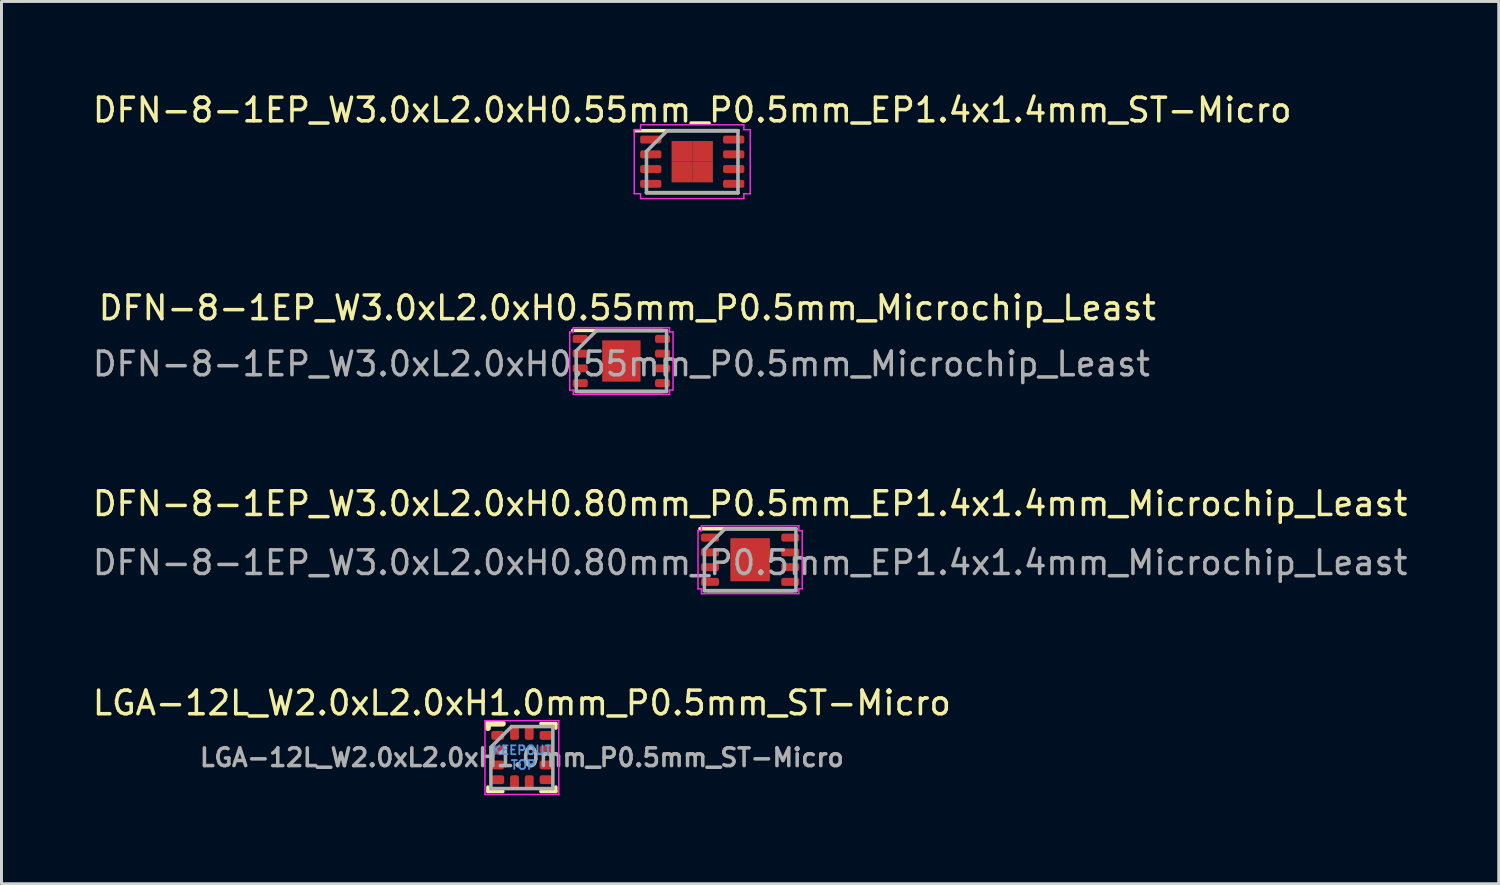
<source format=kicad_pcb>
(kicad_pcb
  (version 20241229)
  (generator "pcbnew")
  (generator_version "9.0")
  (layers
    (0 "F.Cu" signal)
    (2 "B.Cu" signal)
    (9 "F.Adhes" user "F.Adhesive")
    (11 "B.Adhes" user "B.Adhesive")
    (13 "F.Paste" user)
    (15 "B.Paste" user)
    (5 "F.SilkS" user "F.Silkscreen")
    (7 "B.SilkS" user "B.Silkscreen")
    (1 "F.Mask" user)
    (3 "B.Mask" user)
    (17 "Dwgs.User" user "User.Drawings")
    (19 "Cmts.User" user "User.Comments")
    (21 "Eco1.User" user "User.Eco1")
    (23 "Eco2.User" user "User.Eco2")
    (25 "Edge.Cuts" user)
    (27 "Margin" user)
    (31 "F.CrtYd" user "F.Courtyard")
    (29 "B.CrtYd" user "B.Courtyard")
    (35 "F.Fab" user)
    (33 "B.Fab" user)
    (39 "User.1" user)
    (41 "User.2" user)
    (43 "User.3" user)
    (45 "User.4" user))
  (footprint "DFN-8-1EP_W3.0xL2.0xH0.80mm_P0.5mm_EP1.4x1.4mm_Microchip_Least"
    (layer "F.Cu")
    (at 22.367 15.916)
    (property "Reference" "DFN-8-1EP_W3.0xL2.0xH0.80mm_P0.5mm_EP1.4x1.4mm_Microchip_Least" (at 0 -1.9 0) (layer "F.SilkS") (effects (font (size 0.8 0.8) (thickness 0.12))))
    (attr smd)
    (fp_line (start -1.7 -1.05) (end 1.45 -1.05) (stroke (width 0.12) (type solid)) (layer "F.SilkS"))
    (fp_line (start -1.45 1.05) (end 1.45 1.05) (stroke (width 0.12) (type solid)) (layer "F.SilkS"))
    (fp_line (start -1.765 -0.985) (end -1.765 0.985) (stroke (width 0.05) (type solid)) (layer "F.CrtYd"))
    (fp_line (start -1.765 0.985) (end -1.65 0.985) (stroke (width 0.05) (type solid)) (layer "F.CrtYd"))
    (fp_line (start -1.65 -1.15) (end -1.65 -0.985) (stroke (width 0.05) (type solid)) (layer "F.CrtYd"))
    (fp_line (start -1.65 -0.985) (end -1.765 -0.985) (stroke (width 0.05) (type solid)) (layer "F.CrtYd"))
    (fp_line (start -1.65 0.985) (end -1.65 1.15) (stroke (width 0.05) (type solid)) (layer "F.CrtYd"))
    (fp_line (start -1.65 1.15) (end 1.65 1.15) (stroke (width 0.05) (type solid)) (layer "F.CrtYd"))
    (fp_line (start 1.65 -1.15) (end -1.65 -1.15) (stroke (width 0.05) (type solid)) (layer "F.CrtYd"))
    (fp_line (start 1.65 -0.985) (end 1.65 -1.15) (stroke (width 0.05) (type solid)) (layer "F.CrtYd"))
    (fp_line (start 1.65 0.985) (end 1.765 0.985) (stroke (width 0.05) (type solid)) (layer "F.CrtYd"))
    (fp_line (start 1.65 1.15) (end 1.65 0.985) (stroke (width 0.05) (type solid)) (layer "F.CrtYd"))
    (fp_line (start 1.765 -0.985) (end 1.65 -0.985) (stroke (width 0.05) (type solid)) (layer "F.CrtYd"))
    (fp_line (start 1.765 0.985) (end 1.765 -0.985) (stroke (width 0.05) (type solid)) (layer "F.CrtYd"))
    (fp_line (start -1.55 -0.35) (end -0.85 -1.05) (stroke (width 0.12) (type solid)) (layer "F.Fab"))
    (fp_line (start -1.55 1.05) (end -1.55 -0.35) (stroke (width 0.12) (type solid)) (layer "F.Fab"))
    (fp_line (start -0.85 -1.05) (end 1.55 -1.05) (stroke (width 0.12) (type solid)) (layer "F.Fab"))
    (fp_line (start 1.55 -1.05) (end 1.55 1.05) (stroke (width 0.12) (type solid)) (layer "F.Fab"))
    (fp_line (start 1.55 1.05) (end -1.55 1.05) (stroke (width 0.12) (type solid)) (layer "F.Fab"))
    (fp_text user "${REFERENCE}" (at 0 0.1 0) (layer "F.Fab") (effects (font (size 0.8 0.8) (thickness 0.12))))
    (pad "1" smd roundrect (at -1.36 -0.75) (size 0.61 0.27) (layers "F.Cu" "F.Mask" "F.Paste") (roundrect_rratio 0.259))
    (pad "2" smd roundrect (at -1.36 -0.25) (size 0.61 0.27) (layers "F.Cu" "F.Mask" "F.Paste") (roundrect_rratio 0.259))
    (pad "3" smd roundrect (at -1.36 0.25) (size 0.61 0.27) (layers "F.Cu" "F.Mask" "F.Paste") (roundrect_rratio 0.259))
    (pad "4" smd roundrect (at -1.36 0.75) (size 0.61 0.27) (layers "F.Cu" "F.Mask" "F.Paste") (roundrect_rratio 0.259))
    (pad "5" smd roundrect (at 1.36 0.75) (size 0.61 0.27) (layers "F.Cu" "F.Mask" "F.Paste") (roundrect_rratio 0.259))
    (pad "6" smd roundrect (at 1.36 0.25) (size 0.61 0.27) (layers "F.Cu" "F.Mask" "F.Paste") (roundrect_rratio 0.259))
    (pad "7" smd roundrect (at 1.36 -0.25) (size 0.61 0.27) (layers "F.Cu" "F.Mask" "F.Paste") (roundrect_rratio 0.259))
    (pad "8" smd roundrect (at 1.36 -0.75) (size 0.61 0.27) (layers "F.Cu" "F.Mask" "F.Paste") (roundrect_rratio 0.259))
    (pad "9" smd rect (at 0 0) (size 1.34 1.46) (layers "F.Cu" "F.Mask" "F.Paste")))
  (footprint "DFN-8-1EP_W3.0xL2.0xH0.55mm_P0.5mm_EP1.4x1.4mm_ST-Micro"
    (layer "F.Cu")
    (at 20.405 2.429)
    (property "Reference" "DFN-8-1EP_W3.0xL2.0xH0.55mm_P0.5mm_EP1.4x1.4mm_ST-Micro" (at 0 -1.75 0) (layer "F.SilkS") (effects (font (size 0.8 0.8) (thickness 0.12))))
    (attr smd)
    (fp_line (start -1.93 -1.05) (end 1.55 -1.05) (stroke (width 0.12) (type solid)) (layer "F.SilkS"))
    (fp_line (start -1.55 1.05) (end 1.55 1.05) (stroke (width 0.12) (type solid)) (layer "F.SilkS"))
    (fp_line (start -1.965 -1.085) (end -1.965 1.085) (stroke (width 0.05) (type solid)) (layer "F.CrtYd"))
    (fp_line (start -1.965 1.085) (end -1.75 1.085) (stroke (width 0.05) (type solid)) (layer "F.CrtYd"))
    (fp_line (start -1.75 -1.25) (end -1.75 -1.085) (stroke (width 0.05) (type solid)) (layer "F.CrtYd"))
    (fp_line (start -1.75 -1.085) (end -1.965 -1.085) (stroke (width 0.05) (type solid)) (layer "F.CrtYd"))
    (fp_line (start -1.75 1.085) (end -1.75 1.25) (stroke (width 0.05) (type solid)) (layer "F.CrtYd"))
    (fp_line (start -1.75 1.25) (end 1.75 1.25) (stroke (width 0.05) (type solid)) (layer "F.CrtYd"))
    (fp_line (start 1.75 -1.25) (end -1.75 -1.25) (stroke (width 0.05) (type solid)) (layer "F.CrtYd"))
    (fp_line (start 1.75 -1.085) (end 1.75 -1.25) (stroke (width 0.05) (type solid)) (layer "F.CrtYd"))
    (fp_line (start 1.75 1.085) (end 1.965 1.085) (stroke (width 0.05) (type solid)) (layer "F.CrtYd"))
    (fp_line (start 1.75 1.25) (end 1.75 1.085) (stroke (width 0.05) (type solid)) (layer "F.CrtYd"))
    (fp_line (start 1.965 -1.085) (end 1.75 -1.085) (stroke (width 0.05) (type solid)) (layer "F.CrtYd"))
    (fp_line (start 1.965 1.085) (end 1.965 -1.085) (stroke (width 0.05) (type solid)) (layer "F.CrtYd"))
    (fp_line (start -1.55 -0.35) (end -0.85 -1.05) (stroke (width 0.12) (type solid)) (layer "F.Fab"))
    (fp_line (start -1.55 1.05) (end -1.55 -0.35) (stroke (width 0.12) (type solid)) (layer "F.Fab"))
    (fp_line (start -0.85 -1.05) (end 1.55 -1.05) (stroke (width 0.12) (type solid)) (layer "F.Fab"))
    (fp_line (start 1.55 -1.05) (end 1.55 1.05) (stroke (width 0.12) (type solid)) (layer "F.Fab"))
    (fp_line (start 1.55 1.05) (end -1.55 1.05) (stroke (width 0.12) (type solid)) (layer "F.Fab"))
    (pad "" smd roundrect (at -0.35 -0.35) (size 0.542 0.542) (layers "F.Paste") (roundrect_rratio 0.15))
    (pad "" smd roundrect (at -0.35 0.35) (size 0.542 0.542) (layers "F.Paste") (roundrect_rratio 0.15))
    (pad "" smd roundrect (at 0.35 -0.35) (size 0.542 0.542) (layers "F.Paste") (roundrect_rratio 0.15))
    (pad "" smd roundrect (at 0.35 0.35) (size 0.542 0.542) (layers "F.Paste") (roundrect_rratio 0.15))
    (pad "1" smd roundrect (at -1.405 -0.75) (size 0.72 0.27) (layers "F.Cu" "F.Mask" "F.Paste") (roundrect_rratio 0.252))
    (pad "2" smd roundrect (at -1.405 -0.25) (size 0.72 0.27) (layers "F.Cu" "F.Mask" "F.Paste") (roundrect_rratio 0.252))
    (pad "3" smd roundrect (at -1.405 0.25) (size 0.72 0.27) (layers "F.Cu" "F.Mask" "F.Paste") (roundrect_rratio 0.252))
    (pad "4" smd roundrect (at -1.405 0.75) (size 0.72 0.27) (layers "F.Cu" "F.Mask" "F.Paste") (roundrect_rratio 0.252))
    (pad "5" smd roundrect (at 1.405 0.75) (size 0.72 0.27) (layers "F.Cu" "F.Mask" "F.Paste") (roundrect_rratio 0.252))
    (pad "6" smd roundrect (at 1.405 0.25) (size 0.72 0.27) (layers "F.Cu" "F.Mask" "F.Paste") (roundrect_rratio 0.252))
    (pad "7" smd roundrect (at 1.405 -0.25) (size 0.72 0.27) (layers "F.Cu" "F.Mask" "F.Paste") (roundrect_rratio 0.252))
    (pad "8" smd roundrect (at 1.405 -0.75) (size 0.72 0.27) (layers "F.Cu" "F.Mask" "F.Paste") (roundrect_rratio 0.252))
    (pad "9" smd rect (at -0.35 -0.35) (size 0.7 0.7) (layers "F.Cu" "F.Mask" "F.Paste"))
    (pad "9" smd rect (at -0.35 0.35) (size 0.7 0.7) (layers "F.Cu" "F.Mask" "F.Paste"))
    (pad "9" smd rect (at 0.35 -0.35) (size 0.7 0.7) (layers "F.Cu" "F.Mask" "F.Paste"))
    (pad "9" smd rect (at 0.35 0.35) (size 0.7 0.7) (layers "F.Cu" "F.Mask" "F.Paste")))
  (footprint "LGA-12L_W2.0xL2.0xH1.0mm_P0.5mm_ST-Micro"
    (layer "F.Cu")
    (at 14.633 22.619)
    (property "Reference" "LGA-12L_W2.0xL2.0xH1.0mm_P0.5mm_ST-Micro" (at 0 -1.85 0) (layer "F.SilkS") (effects (font (size 0.8 0.8) (thickness 0.12))))
    (attr smd)
    (fp_poly (pts (xy -1.1 -0.9) (xy -1.1 -0.6) (xy -0.95 -0.6) (xy -0.95 -0.9)) (stroke (width 0.1) (type solid)) (fill yes) (layer "F.Mask"))
    (fp_poly (pts (xy -1.1 -0.4) (xy -1.1 -0.1) (xy -0.95 -0.1) (xy -0.95 -0.4)) (stroke (width 0.1) (type solid)) (fill yes) (layer "F.Mask"))
    (fp_poly (pts (xy -1.1 0.1) (xy -1.1 0.4) (xy -0.95 0.4) (xy -0.95 0.1)) (stroke (width 0.1) (type solid)) (fill yes) (layer "F.Mask"))
    (fp_poly (pts (xy -1.1 0.6) (xy -1.1 0.9) (xy -0.95 0.9) (xy -0.95 0.6)) (stroke (width 0.1) (type solid)) (fill yes) (layer "F.Mask"))
    (fp_poly (pts (xy -0.4 1.1) (xy -0.1 1.1) (xy -0.1 0.95) (xy -0.4 0.95)) (stroke (width 0.1) (type solid)) (fill yes) (layer "F.Mask"))
    (fp_poly (pts (xy -0.1 -1.1) (xy -0.4 -1.1) (xy -0.4 -0.95) (xy -0.1 -0.95)) (stroke (width 0.1) (type solid)) (fill yes) (layer "F.Mask"))
    (fp_poly (pts (xy 0.1 1.1) (xy 0.4 1.1) (xy 0.4 0.95) (xy 0.1 0.95)) (stroke (width 0.1) (type solid)) (fill yes) (layer "F.Mask"))
    (fp_poly (pts (xy 0.4 -1.1) (xy 0.1 -1.1) (xy 0.1 -0.95) (xy 0.4 -0.95)) (stroke (width 0.1) (type solid)) (fill yes) (layer "F.Mask"))
    (fp_poly (pts (xy 0.95 -0.9) (xy 0.95 -0.6) (xy 1.1 -0.6) (xy 1.1 -0.9)) (stroke (width 0.1) (type solid)) (fill yes) (layer "F.Mask"))
    (fp_poly (pts (xy 0.95 -0.4) (xy 0.95 -0.1) (xy 1.1 -0.1) (xy 1.1 -0.4)) (stroke (width 0.1) (type solid)) (fill yes) (layer "F.Mask"))
    (fp_poly (pts (xy 0.95 0.1) (xy 0.95 0.4) (xy 1.1 0.4) (xy 1.1 0.1)) (stroke (width 0.1) (type solid)) (fill yes) (layer "F.Mask"))
    (fp_poly (pts (xy 0.95 0.6) (xy 0.95 0.9) (xy 1.1 0.9) (xy 1.1 0.6)) (stroke (width 0.1) (type solid)) (fill yes) (layer "F.Mask"))
    (fp_line (start -1.15 -1.15) (end -0.645 -1.15) (stroke (width 0.2) (type solid)) (layer "F.SilkS"))
    (fp_line (start -1.15 -1) (end -1.15 -1.15) (stroke (width 0.2) (type solid)) (layer "F.SilkS"))
    (fp_line (start -1.15 1.15) (end -1.15 1) (stroke (width 0.12) (type solid)) (layer "F.SilkS"))
    (fp_line (start -1.15 1.15) (end -0.645 1.15) (stroke (width 0.12) (type solid)) (layer "F.SilkS"))
    (fp_line (start 1.15 -1.15) (end 0.645 -1.15) (stroke (width 0.12) (type solid)) (layer "F.SilkS"))
    (fp_line (start 1.15 -1.15) (end 1.15 -1) (stroke (width 0.12) (type solid)) (layer "F.SilkS"))
    (fp_line (start 1.15 1) (end 1.15 1.15) (stroke (width 0.12) (type solid)) (layer "F.SilkS"))
    (fp_line (start 1.15 1.15) (end 0.645 1.15) (stroke (width 0.12) (type solid)) (layer "F.SilkS"))
    (fp_line (start -1.25 -1.25) (end -1.25 1.25) (stroke (width 0.05) (type solid)) (layer "F.CrtYd"))
    (fp_line (start -1.25 1.25) (end 1.25 1.25) (stroke (width 0.05) (type solid)) (layer "F.CrtYd"))
    (fp_line (start 1.25 -1.25) (end -1.25 -1.25) (stroke (width 0.05) (type solid)) (layer "F.CrtYd"))
    (fp_line (start 1.25 1.25) (end 1.25 -1.25) (stroke (width 0.05) (type solid)) (layer "F.CrtYd"))
    (fp_line (start -1.05 -0.35) (end -1.05 1.05) (stroke (width 0.12) (type solid)) (layer "F.Fab"))
    (fp_line (start -1.05 1.05) (end 1.05 1.05) (stroke (width 0.12) (type solid)) (layer "F.Fab"))
    (fp_line (start -0.35 -1.05) (end -1.05 -0.35) (stroke (width 0.12) (type solid)) (layer "F.Fab"))
    (fp_line (start 1.05 -1.05) (end -0.35 -1.05) (stroke (width 0.12) (type solid)) (layer "F.Fab"))
    (fp_line (start 1.05 1.05) (end 1.05 -1.05) (stroke (width 0.12) (type solid)) (layer "F.Fab"))
    (fp_text user "TOP" (at 0.05 0.25 0) (layer "Cmts.User") (effects (font (size 0.3 0.3) (thickness 0.06))))
    (fp_text user "KEEPOUT" (at 0 -0.25 0) (layer "Cmts.User") (effects (font (size 0.3 0.3) (thickness 0.06) (bold yes))))
    (fp_text user "${REFERENCE}" (at 0 0 0) (layer "F.Fab") (effects (font (size 0.6 0.6) (thickness 0.12))))
    (pad "1" smd roundrect (at -0.819 -0.75) (size 0.438 0.3) (layers "F.Cu" "F.Mask" "F.Paste") (roundrect_rratio 0.25))
    (pad "2" smd roundrect (at -0.819 -0.25) (size 0.438 0.3) (layers "F.Cu" "F.Mask" "F.Paste") (roundrect_rratio 0.25))
    (pad "3" smd roundrect (at -0.819 0.25) (size 0.438 0.3) (layers "F.Cu" "F.Mask" "F.Paste") (roundrect_rratio 0.25))
    (pad "4" smd roundrect (at -0.819 0.75) (size 0.438 0.3) (layers "F.Cu" "F.Mask" "F.Paste") (roundrect_rratio 0.25))
    (pad "5" smd roundrect (at -0.25 0.819 90) (size 0.438 0.3) (layers "F.Cu" "F.Mask" "F.Paste") (roundrect_rratio 0.25))
    (pad "6" smd roundrect (at 0.25 0.819 90) (size 0.438 0.3) (layers "F.Cu" "F.Mask" "F.Paste") (roundrect_rratio 0.25))
    (pad "7" smd roundrect (at 0.819 0.75) (size 0.438 0.3) (layers "F.Cu" "F.Mask" "F.Paste") (roundrect_rratio 0.25))
    (pad "8" smd roundrect (at 0.819 0.25) (size 0.438 0.3) (layers "F.Cu" "F.Mask" "F.Paste") (roundrect_rratio 0.25))
    (pad "9" smd roundrect (at 0.819 -0.25) (size 0.438 0.3) (layers "F.Cu" "F.Mask" "F.Paste") (roundrect_rratio 0.25))
    (pad "10" smd roundrect (at 0.819 -0.75) (size 0.438 0.3) (layers "F.Cu" "F.Mask" "F.Paste") (roundrect_rratio 0.25))
    (pad "11" smd roundrect (at 0.25 -0.819 90) (size 0.438 0.3) (layers "F.Cu" "F.Mask" "F.Paste") (roundrect_rratio 0.25))
    (pad "12" smd roundrect (at -0.25 -0.819 90) (size 0.438 0.3) (layers "F.Cu" "F.Mask" "F.Paste") (roundrect_rratio 0.25))
    (zone (net_name "") (layer "F.Cu") (hatch edge 0.508) (connect_pads) (min_thickness 0.254) (filled_areas_thickness no) (keepout (tracks allowed) (vias not_allowed) (pads allowed) (copperpour not_allowed) (footprints allowed)) (placement (enabled no)) (fill) (polygon (pts (xy 15.683 23.669) (xy 13.583 23.669) (xy 13.583 21.569) (xy 15.683 21.569)))))
  (footprint "DFN-8-1EP_W3.0xL2.0xH0.55mm_P0.5mm_Microchip_Least"
    (layer "F.Cu")
    (at 18.005 9.182)
    (property "Reference" "DFN-8-1EP_W3.0xL2.0xH0.55mm_P0.5mm_Microchip_Least" (at 0.2 -1.8 0) (layer "F.SilkS") (effects (font (size 0.8 0.8) (thickness 0.12))))
    (attr smd)
    (fp_line (start -1.65 -1.035) (end 1.4 -1.035) (stroke (width 0.12) (type solid)) (layer "F.SilkS"))
    (fp_line (start -1.4 1.035) (end 1.4 1.035) (stroke (width 0.12) (type solid)) (layer "F.SilkS"))
    (fp_line (start -1.75 -0.985) (end -1.75 0.985) (stroke (width 0.05) (type solid)) (layer "F.CrtYd"))
    (fp_line (start -1.75 0.985) (end -1.63 0.985) (stroke (width 0.05) (type solid)) (layer "F.CrtYd"))
    (fp_line (start -1.63 -1.13) (end -1.63 -0.985) (stroke (width 0.05) (type solid)) (layer "F.CrtYd"))
    (fp_line (start -1.63 -0.985) (end -1.75 -0.985) (stroke (width 0.05) (type solid)) (layer "F.CrtYd"))
    (fp_line (start -1.63 0.985) (end -1.63 1.13) (stroke (width 0.05) (type solid)) (layer "F.CrtYd"))
    (fp_line (start -1.63 1.13) (end 1.63 1.13) (stroke (width 0.05) (type solid)) (layer "F.CrtYd"))
    (fp_line (start 1.63 -1.13) (end -1.63 -1.13) (stroke (width 0.05) (type solid)) (layer "F.CrtYd"))
    (fp_line (start 1.63 -0.985) (end 1.63 -1.13) (stroke (width 0.05) (type solid)) (layer "F.CrtYd"))
    (fp_line (start 1.63 0.985) (end 1.75 0.985) (stroke (width 0.05) (type solid)) (layer "F.CrtYd"))
    (fp_line (start 1.63 1.13) (end 1.63 0.985) (stroke (width 0.05) (type solid)) (layer "F.CrtYd"))
    (fp_line (start 1.75 -0.985) (end 1.63 -0.985) (stroke (width 0.05) (type solid)) (layer "F.CrtYd"))
    (fp_line (start 1.75 0.985) (end 1.75 -0.985) (stroke (width 0.05) (type solid)) (layer "F.CrtYd"))
    (fp_line (start -1.53 -0.343) (end -0.843 -1.03) (stroke (width 0.12) (type solid)) (layer "F.Fab"))
    (fp_line (start -1.53 1.03) (end -1.53 -0.343) (stroke (width 0.12) (type solid)) (layer "F.Fab"))
    (fp_line (start -0.843 -1.03) (end 1.53 -1.03) (stroke (width 0.12) (type solid)) (layer "F.Fab"))
    (fp_line (start 1.53 -1.03) (end 1.53 1.03) (stroke (width 0.12) (type solid)) (layer "F.Fab"))
    (fp_line (start 1.53 1.03) (end -1.53 1.03) (stroke (width 0.12) (type solid)) (layer "F.Fab"))
    (fp_text user "${REFERENCE}" (at 0 0.1 0) (layer "F.Fab") (effects (font (size 0.8 0.8) (thickness 0.12))))
    (pad "" smd roundrect (at 0 -0.35) (size 0.92 0.51) (layers "F.Paste") (roundrect_rratio 0.25))
    (pad "" smd roundrect (at 0 0.35) (size 0.92 0.51) (layers "F.Paste") (roundrect_rratio 0.25))
    (pad "1" smd roundrect (at -1.395 -0.75) (size 0.51 0.27) (layers "F.Cu" "F.Mask" "F.Paste") (roundrect_rratio 0.259))
    (pad "2" smd roundrect (at -1.395 -0.25) (size 0.51 0.27) (layers "F.Cu" "F.Mask" "F.Paste") (roundrect_rratio 0.259))
    (pad "3" smd roundrect (at -1.395 0.25) (size 0.51 0.27) (layers "F.Cu" "F.Mask" "F.Paste") (roundrect_rratio 0.259))
    (pad "4" smd roundrect (at -1.395 0.75) (size 0.51 0.27) (layers "F.Cu" "F.Mask" "F.Paste") (roundrect_rratio 0.259))
    (pad "5" smd roundrect (at 1.395 0.75) (size 0.51 0.27) (layers "F.Cu" "F.Mask" "F.Paste") (roundrect_rratio 0.259))
    (pad "6" smd roundrect (at 1.395 0.25) (size 0.51 0.27) (layers "F.Cu" "F.Mask" "F.Paste") (roundrect_rratio 0.259))
    (pad "7" smd roundrect (at 1.395 -0.25) (size 0.51 0.27) (layers "F.Cu" "F.Mask" "F.Paste") (roundrect_rratio 0.259))
    (pad "8" smd roundrect (at 1.395 -0.75) (size 0.51 0.27) (layers "F.Cu" "F.Mask" "F.Paste") (roundrect_rratio 0.259))
    (pad "9" smd rect (at 0 0) (size 1.3 1.4) (layers "F.Cu" "F.Mask")))
  (gr_rect
    (start -3 -3)
    (end 47.733 26.894)
    (stroke (width 0.1) (type default))
    (fill no)
    (layer "Edge.Cuts")))
</source>
